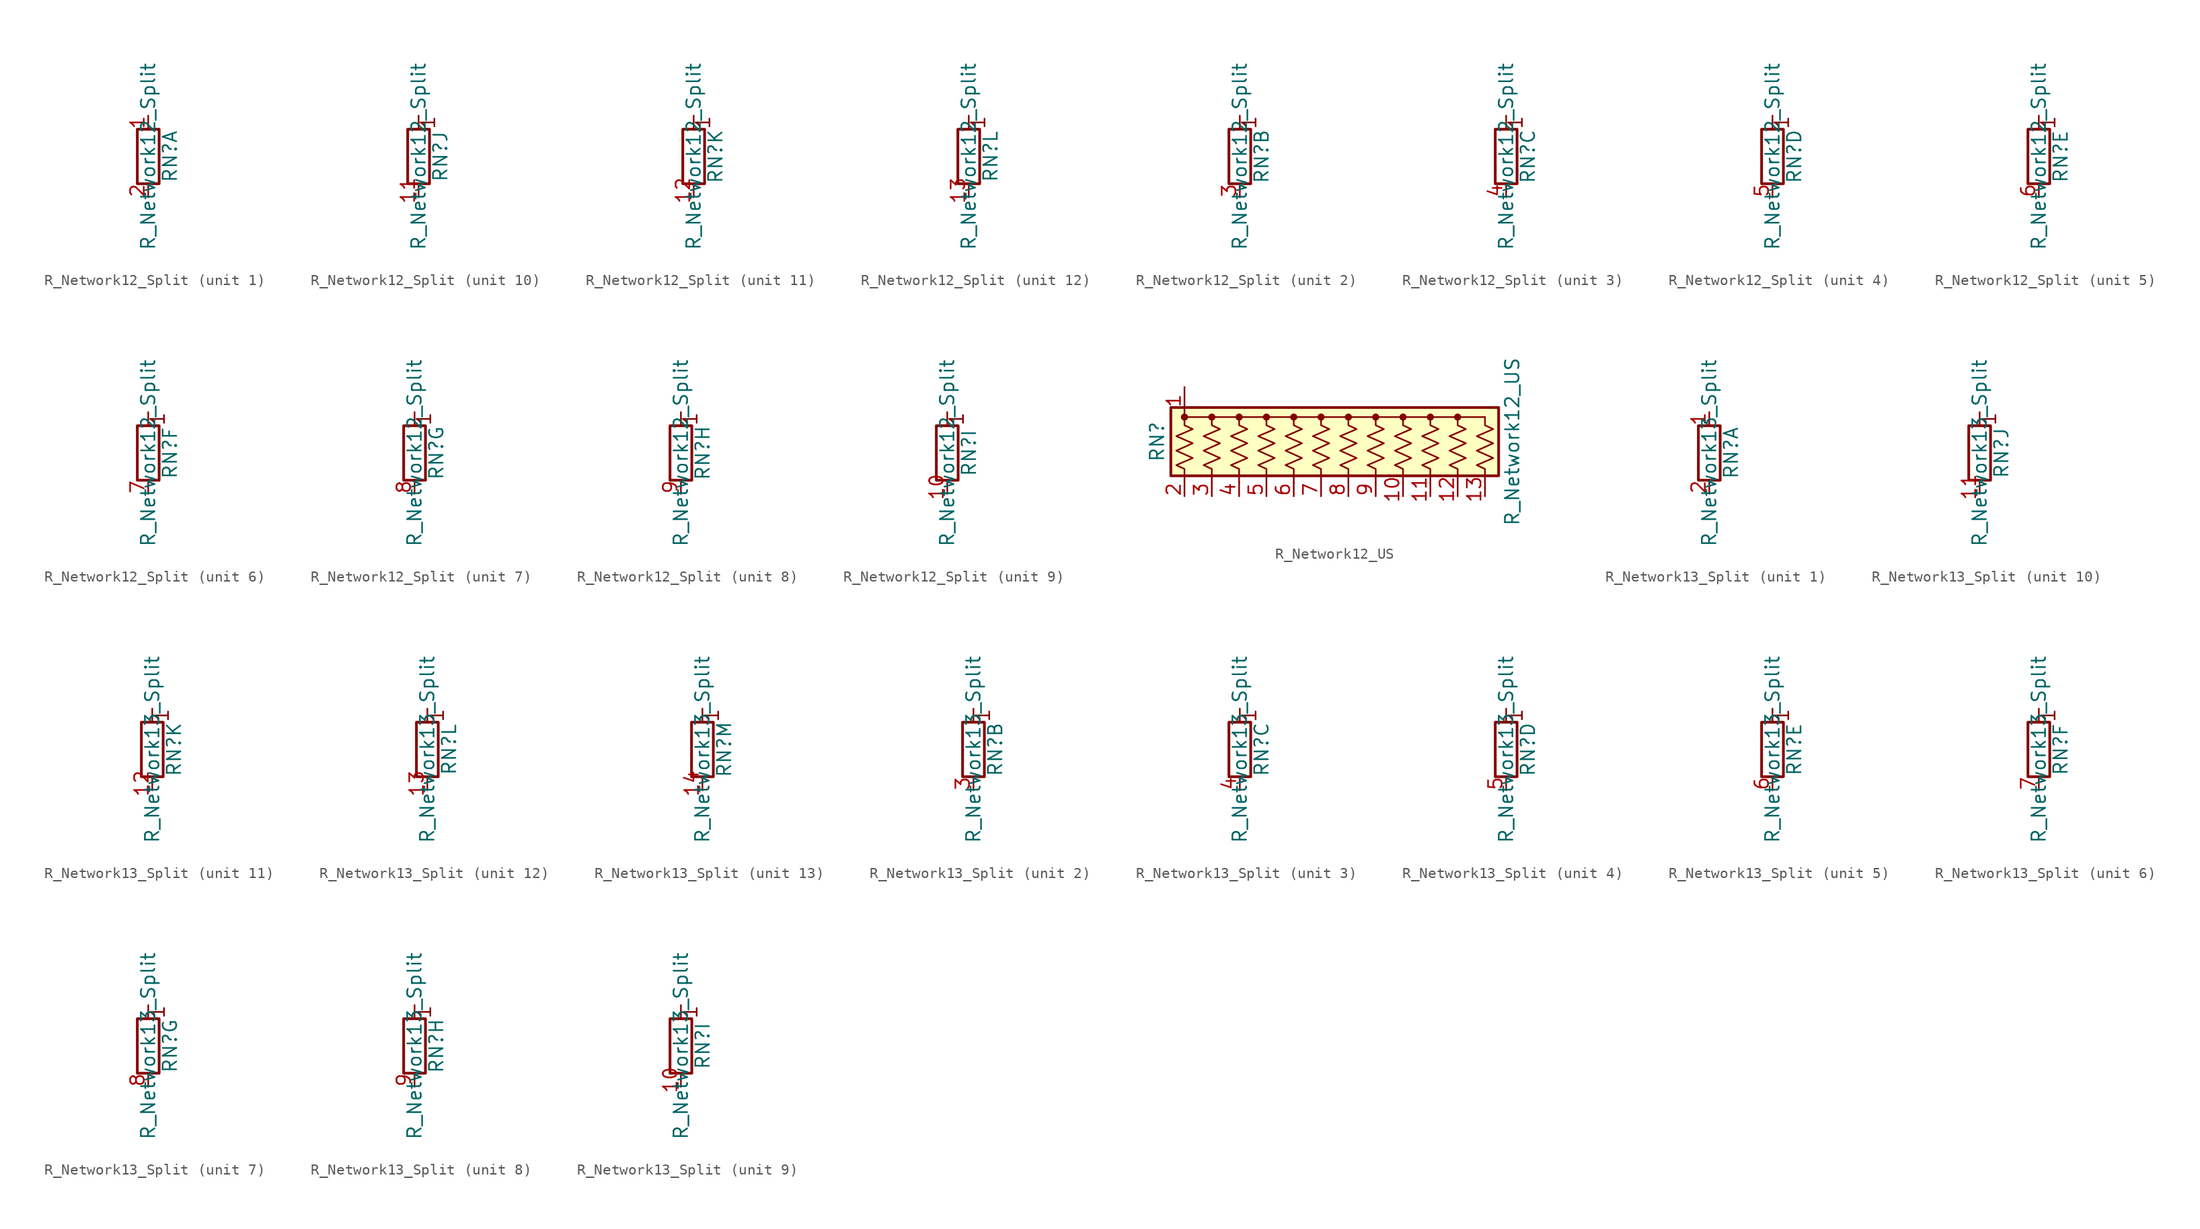
<source format=kicad_sym>
(kicad_symbol_lib
  (version 20241209)
  (generator "kicad_symbol_editor")
  (generator_version "9.0")
  (symbol "R_Network12_Split"
    (pin_names
      (offset 0)
      (hide yes))
    (property "Reference" "RN"
      (at 2.032 0 90)
      (effects (font (size 1.27 1.27))))
    (property "Value" "R_Network12_Split"
      (at 0 0 90)
      (effects (font (size 1.27 1.27))))
    (symbol "R_Network12_Split_0_1"
      (rectangle (start 1.016 2.54) (end -1.016 -2.54) (stroke (width 0.254) (type solid)) (fill (type none))))
    (symbol "R_Network12_Split_1_1"
      (pin passive line (at 0 3.81 270) (length 1.27) (name "R1.1" (effects (font (size 1.27 1.27)))) (number "1" (effects (font (size 1.27 1.27)))))
      (pin passive line (at 0 -3.81 90) (length 1.27) (name "R1.2" (effects (font (size 1.27 1.27)))) (number "2" (effects (font (size 1.27 1.27))))))
    (symbol "R_Network12_Split_2_1"
      (polyline (pts (xy 0 2.54) (xy 0 3.81)) (stroke (width 0) (type solid)) (fill (type none)))
      (text "1" (at 0.889 3.175 900) (effects (font (size 1.27 1.27))))
      (pin passive line (at 0 -3.81 90) (length 1.27) (name "R2.2" (effects (font (size 1.27 1.27)))) (number "3" (effects (font (size 1.27 1.27))))))
    (symbol "R_Network12_Split_3_1"
      (polyline (pts (xy 0 2.54) (xy 0 3.81)) (stroke (width 0) (type solid)) (fill (type none)))
      (text "1" (at 0.889 3.175 900) (effects (font (size 1.27 1.27))))
      (pin passive line (at 0 -3.81 90) (length 1.27) (name "R3.2" (effects (font (size 1.27 1.27)))) (number "4" (effects (font (size 1.27 1.27))))))
    (symbol "R_Network12_Split_4_1"
      (polyline (pts (xy 0 2.54) (xy 0 3.81)) (stroke (width 0) (type solid)) (fill (type none)))
      (text "1" (at 0.889 3.175 900) (effects (font (size 1.27 1.27))))
      (pin passive line (at 0 -3.81 90) (length 1.27) (name "R4.2" (effects (font (size 1.27 1.27)))) (number "5" (effects (font (size 1.27 1.27))))))
    (symbol "R_Network12_Split_5_1"
      (polyline (pts (xy 0 2.54) (xy 0 3.81)) (stroke (width 0) (type solid)) (fill (type none)))
      (text "1" (at 0.889 3.175 900) (effects (font (size 1.27 1.27))))
      (pin passive line (at 0 -3.81 90) (length 1.27) (name "R5.2" (effects (font (size 1.27 1.27)))) (number "6" (effects (font (size 1.27 1.27))))))
    (symbol "R_Network12_Split_6_1"
      (polyline (pts (xy 0 2.54) (xy 0 3.81)) (stroke (width 0) (type solid)) (fill (type none)))
      (text "1" (at 0.889 3.175 900) (effects (font (size 1.27 1.27))))
      (pin passive line (at 0 -3.81 90) (length 1.27) (name "R6.2" (effects (font (size 1.27 1.27)))) (number "7" (effects (font (size 1.27 1.27))))))
    (symbol "R_Network12_Split_7_1"
      (polyline (pts (xy 0 2.54) (xy 0 3.81)) (stroke (width 0) (type solid)) (fill (type none)))
      (text "1" (at 0.889 3.175 900) (effects (font (size 1.27 1.27))))
      (pin passive line (at 0 -3.81 90) (length 1.27) (name "R7.2" (effects (font (size 1.27 1.27)))) (number "8" (effects (font (size 1.27 1.27))))))
    (symbol "R_Network12_Split_8_1"
      (polyline (pts (xy 0 2.54) (xy 0 3.81)) (stroke (width 0) (type solid)) (fill (type none)))
      (text "1" (at 0.889 3.175 900) (effects (font (size 1.27 1.27))))
      (pin passive line (at 0 -3.81 90) (length 1.27) (name "R8.2" (effects (font (size 1.27 1.27)))) (number "9" (effects (font (size 1.27 1.27))))))
    (symbol "R_Network12_Split_9_1"
      (polyline (pts (xy 0 2.54) (xy 0 3.81)) (stroke (width 0) (type solid)) (fill (type none)))
      (text "1" (at 0.889 3.175 900) (effects (font (size 1.27 1.27))))
      (pin passive line (at 0 -3.81 90) (length 1.27) (name "R9.2" (effects (font (size 1.27 1.27)))) (number "10" (effects (font (size 1.27 1.27))))))
    (symbol "R_Network12_Split_10_1"
      (polyline (pts (xy 0 2.54) (xy 0 3.81)) (stroke (width 0) (type solid)) (fill (type none)))
      (text "1" (at 0.889 3.175 900) (effects (font (size 1.27 1.27))))
      (pin passive line (at 0 -3.81 90) (length 1.27) (name "R10.2" (effects (font (size 1.27 1.27)))) (number "11" (effects (font (size 1.27 1.27))))))
    (symbol "R_Network12_Split_11_1"
      (polyline (pts (xy 0 2.54) (xy 0 3.81)) (stroke (width 0) (type solid)) (fill (type none)))
      (text "1" (at 0.889 3.175 900) (effects (font (size 1.27 1.27))))
      (pin passive line (at 0 -3.81 90) (length 1.27) (name "R11.2" (effects (font (size 1.27 1.27)))) (number "12" (effects (font (size 1.27 1.27))))))
    (symbol "R_Network12_Split_12_1"
      (polyline (pts (xy 0 2.54) (xy 0 3.81)) (stroke (width 0) (type solid)) (fill (type none)))
      (text "1" (at 0.889 3.175 900) (effects (font (size 1.27 1.27))))
      (pin passive line (at 0 -3.81 90) (length 1.27) (name "R12.2" (effects (font (size 1.27 1.27)))) (number "13" (effects (font (size 1.27 1.27)))))))
  (symbol "R_Network12_US"
    (pin_names
      (offset 0)
      (hide yes))
    (property "Reference" "RN"
      (at -17.78 0 90)
      (effects (font (size 1.27 1.27))))
    (property "Value" "R_Network12_US"
      (at 15.24 0 90)
      (effects (font (size 1.27 1.27))))
    (symbol "R_Network12_US_0_1"
      (rectangle (start -16.51 -3.175) (end 13.97 3.175) (stroke (width 0.254) (type solid)) (fill (type background)))
      (circle (center -15.24 2.286) (radius 0.254) (stroke (width 0) (type solid)) (fill (type outline)))
      (polyline (pts (xy -15.24 2.286) (xy 12.7 2.286)) (stroke (width 0) (type solid)) (fill (type none)))
      (polyline (pts (xy -15.24 2.286) (xy -15.24 1.524) (xy -14.478 1.168) (xy -16.002 0.508) (xy -14.478 -0.152) (xy -16.002 -0.838) (xy -14.478 -1.524) (xy -16.002 -2.184) (xy -15.24 -2.54) (xy -15.24 -3.81)) (stroke (width 0) (type solid)) (fill (type none)))
      (circle (center -12.7 2.286) (radius 0.254) (stroke (width 0) (type solid)) (fill (type outline)))
      (polyline (pts (xy -12.7 2.286) (xy -12.7 1.524) (xy -11.938 1.168) (xy -13.462 0.508) (xy -11.938 -0.152) (xy -13.462 -0.838) (xy -11.938 -1.524) (xy -13.462 -2.184) (xy -12.7 -2.54) (xy -12.7 -3.81)) (stroke (width 0) (type solid)) (fill (type none)))
      (circle (center -10.16 2.286) (radius 0.254) (stroke (width 0) (type solid)) (fill (type outline)))
      (polyline (pts (xy -10.16 2.286) (xy -10.16 1.524) (xy -9.398 1.168) (xy -10.922 0.508) (xy -9.398 -0.152) (xy -10.922 -0.838) (xy -9.398 -1.524) (xy -10.922 -2.184) (xy -10.16 -2.54) (xy -10.16 -3.81)) (stroke (width 0) (type solid)) (fill (type none)))
      (circle (center -7.62 2.286) (radius 0.254) (stroke (width 0) (type solid)) (fill (type outline)))
      (polyline (pts (xy -7.62 2.286) (xy -7.62 1.524) (xy -6.858 1.168) (xy -8.382 0.508) (xy -6.858 -0.152) (xy -8.382 -0.838) (xy -6.858 -1.524) (xy -8.382 -2.184) (xy -7.62 -2.54) (xy -7.62 -3.81)) (stroke (width 0) (type solid)) (fill (type none)))
      (circle (center -5.08 2.286) (radius 0.254) (stroke (width 0) (type solid)) (fill (type outline)))
      (polyline (pts (xy -5.08 2.286) (xy -5.08 1.524) (xy -4.318 1.168) (xy -5.842 0.508) (xy -4.318 -0.152) (xy -5.842 -0.838) (xy -4.318 -1.524) (xy -5.842 -2.184) (xy -5.08 -2.54) (xy -5.08 -3.81)) (stroke (width 0) (type solid)) (fill (type none)))
      (circle (center -2.54 2.286) (radius 0.254) (stroke (width 0) (type solid)) (fill (type outline)))
      (polyline (pts (xy -2.54 2.286) (xy -2.54 1.524) (xy -1.778 1.168) (xy -3.302 0.508) (xy -1.778 -0.152) (xy -3.302 -0.838) (xy -1.778 -1.524) (xy -3.302 -2.184) (xy -2.54 -2.54) (xy -2.54 -3.81)) (stroke (width 0) (type solid)) (fill (type none)))
      (circle (center 0 2.286) (radius 0.254) (stroke (width 0) (type solid)) (fill (type outline)))
      (polyline (pts (xy 0 2.286) (xy 0 1.524) (xy 0.762 1.168) (xy -0.762 0.508) (xy 0.762 -0.152) (xy -0.762 -0.838) (xy 0.762 -1.524) (xy -0.762 -2.184) (xy 0 -2.54) (xy 0 -3.81)) (stroke (width 0) (type solid)) (fill (type none)))
      (polyline (pts (xy 2.54 2.286) (xy 2.54 1.524) (xy 3.302 1.168) (xy 1.778 0.508) (xy 3.302 -0.152) (xy 1.778 -0.838) (xy 3.302 -1.524) (xy 1.778 -2.184) (xy 2.54 -2.54) (xy 2.54 -3.81)) (stroke (width 0) (type solid)) (fill (type none)))
      (circle (center 2.54 2.286) (radius 0.254) (stroke (width 0) (type solid)) (fill (type outline)))
      (polyline (pts (xy 5.08 2.286) (xy 5.08 1.524) (xy 5.842 1.168) (xy 4.318 0.508) (xy 5.842 -0.152) (xy 4.318 -0.838) (xy 5.842 -1.524) (xy 4.318 -2.184) (xy 5.08 -2.54) (xy 5.08 -3.81)) (stroke (width 0) (type solid)) (fill (type none)))
      (circle (center 5.08 2.286) (radius 0.254) (stroke (width 0) (type solid)) (fill (type outline)))
      (polyline (pts (xy 7.62 2.286) (xy 7.62 1.524) (xy 8.382 1.168) (xy 6.858 0.508) (xy 8.382 -0.152) (xy 6.858 -0.838) (xy 8.382 -1.524) (xy 6.858 -2.184) (xy 7.62 -2.54) (xy 7.62 -3.81)) (stroke (width 0) (type solid)) (fill (type none)))
      (circle (center 7.62 2.286) (radius 0.254) (stroke (width 0) (type solid)) (fill (type outline)))
      (polyline (pts (xy 10.16 2.286) (xy 10.16 1.524) (xy 10.922 1.168) (xy 9.398 0.508) (xy 10.922 -0.152) (xy 9.398 -0.838) (xy 10.922 -1.524) (xy 9.398 -2.184) (xy 10.16 -2.54) (xy 10.16 -3.81)) (stroke (width 0) (type solid)) (fill (type none)))
      (circle (center 10.16 2.286) (radius 0.254) (stroke (width 0) (type solid)) (fill (type outline)))
      (polyline (pts (xy 12.7 2.286) (xy 12.7 1.524) (xy 13.462 1.168) (xy 11.938 0.508) (xy 13.462 -0.152) (xy 11.938 -0.838) (xy 13.462 -1.524) (xy 11.938 -2.184) (xy 12.7 -2.54) (xy 12.7 -3.81)) (stroke (width 0) (type solid)) (fill (type none))))
    (symbol "R_Network12_US_1_1"
      (pin passive line (at -15.24 5.08 270) (length 2.54) (name "common" (effects (font (size 1.27 1.27)))) (number "1" (effects (font (size 1.27 1.27)))))
      (pin passive line (at -15.24 -5.08 90) (length 1.27) (name "R1" (effects (font (size 1.27 1.27)))) (number "2" (effects (font (size 1.27 1.27)))))
      (pin passive line (at -12.7 -5.08 90) (length 1.27) (name "R2" (effects (font (size 1.27 1.27)))) (number "3" (effects (font (size 1.27 1.27)))))
      (pin passive line (at -10.16 -5.08 90) (length 1.27) (name "R3" (effects (font (size 1.27 1.27)))) (number "4" (effects (font (size 1.27 1.27)))))
      (pin passive line (at -7.62 -5.08 90) (length 1.27) (name "R4" (effects (font (size 1.27 1.27)))) (number "5" (effects (font (size 1.27 1.27)))))
      (pin passive line (at -5.08 -5.08 90) (length 1.27) (name "R5" (effects (font (size 1.27 1.27)))) (number "6" (effects (font (size 1.27 1.27)))))
      (pin passive line (at -2.54 -5.08 90) (length 1.27) (name "R6" (effects (font (size 1.27 1.27)))) (number "7" (effects (font (size 1.27 1.27)))))
      (pin passive line (at 0 -5.08 90) (length 1.27) (name "R7" (effects (font (size 1.27 1.27)))) (number "8" (effects (font (size 1.27 1.27)))))
      (pin passive line (at 2.54 -5.08 90) (length 1.27) (name "R8" (effects (font (size 1.27 1.27)))) (number "9" (effects (font (size 1.27 1.27)))))
      (pin passive line (at 5.08 -5.08 90) (length 1.27) (name "R9" (effects (font (size 1.27 1.27)))) (number "10" (effects (font (size 1.27 1.27)))))
      (pin passive line (at 7.62 -5.08 90) (length 1.27) (name "R10" (effects (font (size 1.27 1.27)))) (number "11" (effects (font (size 1.27 1.27)))))
      (pin passive line (at 10.16 -5.08 90) (length 1.27) (name "R11" (effects (font (size 1.27 1.27)))) (number "12" (effects (font (size 1.27 1.27)))))
      (pin passive line (at 12.7 -5.08 90) (length 1.27) (name "R12" (effects (font (size 1.27 1.27)))) (number "13" (effects (font (size 1.27 1.27)))))))
  (symbol "R_Network13_Split"
    (pin_names
      (offset 0)
      (hide yes))
    (property "Reference" "RN"
      (at 2.032 0 90)
      (effects (font (size 1.27 1.27))))
    (property "Value" "R_Network13_Split"
      (at 0 0 90)
      (effects (font (size 1.27 1.27))))
    (symbol "R_Network13_Split_0_1"
      (rectangle (start 1.016 2.54) (end -1.016 -2.54) (stroke (width 0.254) (type solid)) (fill (type none))))
    (symbol "R_Network13_Split_1_1"
      (pin passive line (at 0 3.81 270) (length 1.27) (name "R1.1" (effects (font (size 1.27 1.27)))) (number "1" (effects (font (size 1.27 1.27)))))
      (pin passive line (at 0 -3.81 90) (length 1.27) (name "R1.2" (effects (font (size 1.27 1.27)))) (number "2" (effects (font (size 1.27 1.27))))))
    (symbol "R_Network13_Split_2_1"
      (polyline (pts (xy 0 2.54) (xy 0 3.81)) (stroke (width 0) (type solid)) (fill (type none)))
      (text "1" (at 0.889 3.175 900) (effects (font (size 1.27 1.27))))
      (pin passive line (at 0 -3.81 90) (length 1.27) (name "R2.2" (effects (font (size 1.27 1.27)))) (number "3" (effects (font (size 1.27 1.27))))))
    (symbol "R_Network13_Split_3_1"
      (polyline (pts (xy 0 2.54) (xy 0 3.81)) (stroke (width 0) (type solid)) (fill (type none)))
      (text "1" (at 0.889 3.175 900) (effects (font (size 1.27 1.27))))
      (pin passive line (at 0 -3.81 90) (length 1.27) (name "R3.2" (effects (font (size 1.27 1.27)))) (number "4" (effects (font (size 1.27 1.27))))))
    (symbol "R_Network13_Split_4_1"
      (polyline (pts (xy 0 2.54) (xy 0 3.81)) (stroke (width 0) (type solid)) (fill (type none)))
      (text "1" (at 0.889 3.175 900) (effects (font (size 1.27 1.27))))
      (pin passive line (at 0 -3.81 90) (length 1.27) (name "R4.2" (effects (font (size 1.27 1.27)))) (number "5" (effects (font (size 1.27 1.27))))))
    (symbol "R_Network13_Split_5_1"
      (polyline (pts (xy 0 2.54) (xy 0 3.81)) (stroke (width 0) (type solid)) (fill (type none)))
      (text "1" (at 0.889 3.175 900) (effects (font (size 1.27 1.27))))
      (pin passive line (at 0 -3.81 90) (length 1.27) (name "R5.2" (effects (font (size 1.27 1.27)))) (number "6" (effects (font (size 1.27 1.27))))))
    (symbol "R_Network13_Split_6_1"
      (polyline (pts (xy 0 2.54) (xy 0 3.81)) (stroke (width 0) (type solid)) (fill (type none)))
      (text "1" (at 0.889 3.175 900) (effects (font (size 1.27 1.27))))
      (pin passive line (at 0 -3.81 90) (length 1.27) (name "R6.2" (effects (font (size 1.27 1.27)))) (number "7" (effects (font (size 1.27 1.27))))))
    (symbol "R_Network13_Split_7_1"
      (polyline (pts (xy 0 2.54) (xy 0 3.81)) (stroke (width 0) (type solid)) (fill (type none)))
      (text "1" (at 0.889 3.175 900) (effects (font (size 1.27 1.27))))
      (pin passive line (at 0 -3.81 90) (length 1.27) (name "R7.2" (effects (font (size 1.27 1.27)))) (number "8" (effects (font (size 1.27 1.27))))))
    (symbol "R_Network13_Split_8_1"
      (polyline (pts (xy 0 2.54) (xy 0 3.81)) (stroke (width 0) (type solid)) (fill (type none)))
      (text "1" (at 0.889 3.175 900) (effects (font (size 1.27 1.27))))
      (pin passive line (at 0 -3.81 90) (length 1.27) (name "R8.2" (effects (font (size 1.27 1.27)))) (number "9" (effects (font (size 1.27 1.27))))))
    (symbol "R_Network13_Split_9_1"
      (polyline (pts (xy 0 2.54) (xy 0 3.81)) (stroke (width 0) (type solid)) (fill (type none)))
      (text "1" (at 0.889 3.175 900) (effects (font (size 1.27 1.27))))
      (pin passive line (at 0 -3.81 90) (length 1.27) (name "R9.2" (effects (font (size 1.27 1.27)))) (number "10" (effects (font (size 1.27 1.27))))))
    (symbol "R_Network13_Split_10_1"
      (polyline (pts (xy 0 2.54) (xy 0 3.81)) (stroke (width 0) (type solid)) (fill (type none)))
      (text "1" (at 0.889 3.175 900) (effects (font (size 1.27 1.27))))
      (pin passive line (at 0 -3.81 90) (length 1.27) (name "R10.2" (effects (font (size 1.27 1.27)))) (number "11" (effects (font (size 1.27 1.27))))))
    (symbol "R_Network13_Split_11_1"
      (polyline (pts (xy 0 2.54) (xy 0 3.81)) (stroke (width 0) (type solid)) (fill (type none)))
      (text "1" (at 0.889 3.175 900) (effects (font (size 1.27 1.27))))
      (pin passive line (at 0 -3.81 90) (length 1.27) (name "R11.2" (effects (font (size 1.27 1.27)))) (number "12" (effects (font (size 1.27 1.27))))))
    (symbol "R_Network13_Split_12_1"
      (polyline (pts (xy 0 2.54) (xy 0 3.81)) (stroke (width 0) (type solid)) (fill (type none)))
      (text "1" (at 0.889 3.175 900) (effects (font (size 1.27 1.27))))
      (pin passive line (at 0 -3.81 90) (length 1.27) (name "R12.2" (effects (font (size 1.27 1.27)))) (number "13" (effects (font (size 1.27 1.27))))))
    (symbol "R_Network13_Split_13_1"
      (polyline (pts (xy 0 2.54) (xy 0 3.81)) (stroke (width 0) (type solid)) (fill (type none)))
      (text "1" (at 0.889 3.175 900) (effects (font (size 1.27 1.27))))
      (pin passive line (at 0 -3.81 90) (length 1.27) (name "R13.2" (effects (font (size 1.27 1.27)))) (number "14" (effects (font (size 1.27 1.27))))))))
</source>
